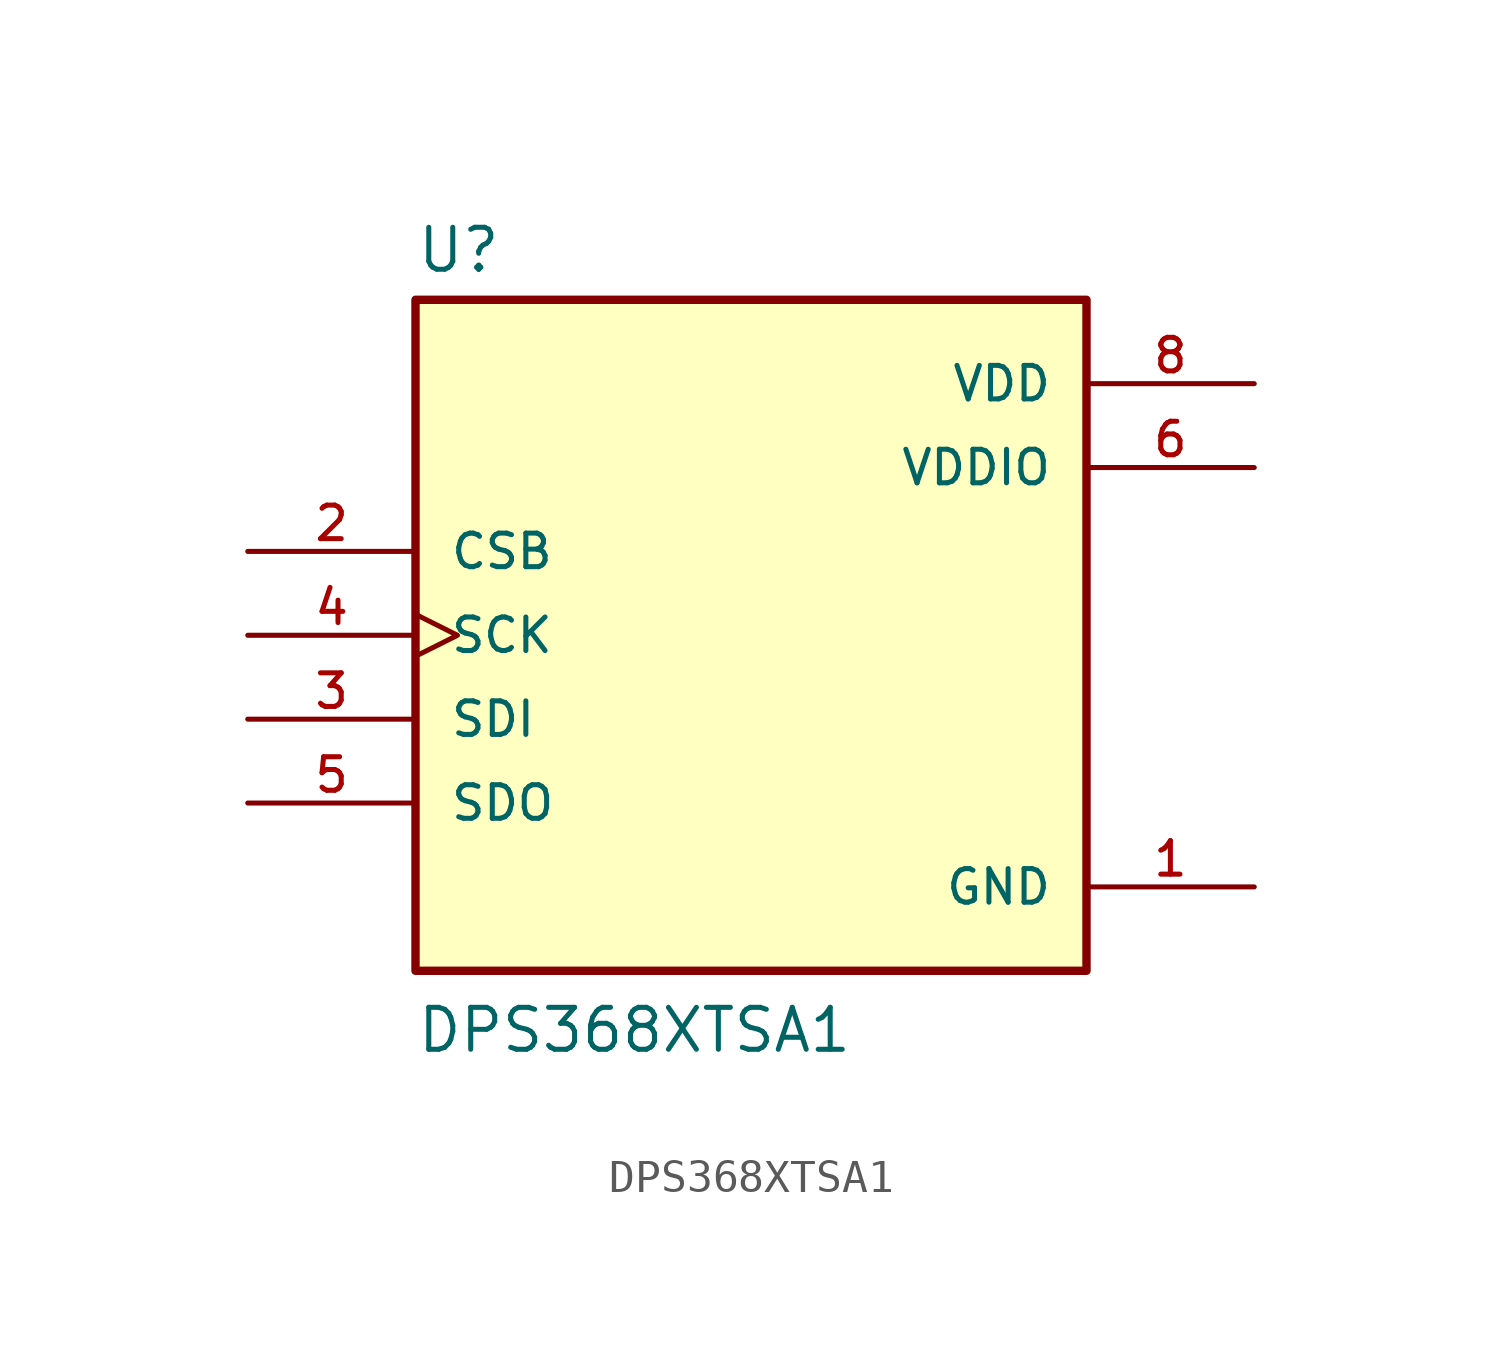
<source format=kicad_sym>
(kicad_symbol_lib
  (version 20211014)
  (generator kicad_symbol_editor)
  (symbol "DPS368XTSA1"
    (pin_names
      (offset 1.016))
    (property "Reference" "U"
      (at -10.16 10.922 0)
      (effects (font (size 1.27 1.27)) (justify bottom left)))
    (property "Value" "DPS368XTSA1"
      (at -10.16 -12.7 0)
      (effects (font (size 1.27 1.27)) (justify bottom left)))
    (symbol "DPS368XTSA1_0_0"
      (rectangle (start -10.16 -10.16) (end 10.16 10.16) (stroke (width 0.254)) (fill (type background)))
      (pin power_in line (at 15.24 -7.62 180.0) (length 5.08) (name "GND" (effects (font (size 1.016 1.016)))) (number "1" (effects (font (size 1.016 1.016)))))
      (pin power_in line (at 15.24 -7.62 180.0) (length 5.08) hide (name "GND" (effects (font (size 1.016 1.016)))) (number "7" (effects (font (size 1.016 1.016)))))
      (pin input line (at -15.24 2.54 0) (length 5.08) (name "CSB" (effects (font (size 1.016 1.016)))) (number "2" (effects (font (size 1.016 1.016)))))
      (pin input line (at -15.24 -2.54 0) (length 5.08) (name "SDI" (effects (font (size 1.016 1.016)))) (number "3" (effects (font (size 1.016 1.016)))))
      (pin input clock (at -15.24 0.0 0) (length 5.08) (name "SCK" (effects (font (size 1.016 1.016)))) (number "4" (effects (font (size 1.016 1.016)))))
      (pin output line (at -15.24 -5.08 0) (length 5.08) (name "SDO" (effects (font (size 1.016 1.016)))) (number "5" (effects (font (size 1.016 1.016)))))
      (pin power_in line (at 15.24 5.08 180.0) (length 5.08) (name "VDDIO" (effects (font (size 1.016 1.016)))) (number "6" (effects (font (size 1.016 1.016)))))
      (pin power_in line (at 15.24 7.62 180.0) (length 5.08) (name "VDD" (effects (font (size 1.016 1.016)))) (number "8" (effects (font (size 1.016 1.016))))))))
</source>
